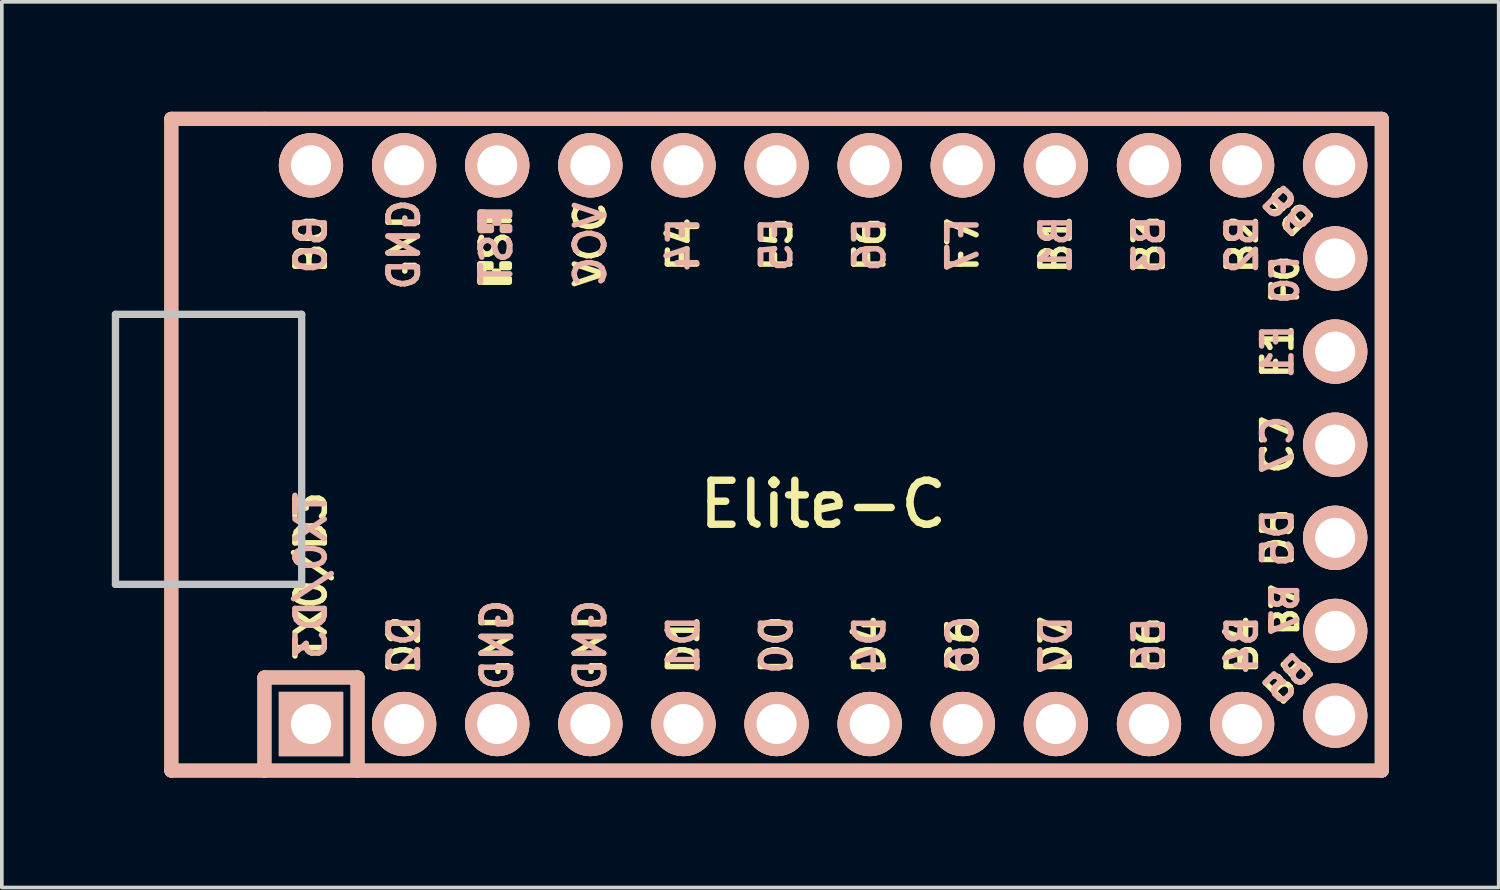
<source format=kicad_pcb>
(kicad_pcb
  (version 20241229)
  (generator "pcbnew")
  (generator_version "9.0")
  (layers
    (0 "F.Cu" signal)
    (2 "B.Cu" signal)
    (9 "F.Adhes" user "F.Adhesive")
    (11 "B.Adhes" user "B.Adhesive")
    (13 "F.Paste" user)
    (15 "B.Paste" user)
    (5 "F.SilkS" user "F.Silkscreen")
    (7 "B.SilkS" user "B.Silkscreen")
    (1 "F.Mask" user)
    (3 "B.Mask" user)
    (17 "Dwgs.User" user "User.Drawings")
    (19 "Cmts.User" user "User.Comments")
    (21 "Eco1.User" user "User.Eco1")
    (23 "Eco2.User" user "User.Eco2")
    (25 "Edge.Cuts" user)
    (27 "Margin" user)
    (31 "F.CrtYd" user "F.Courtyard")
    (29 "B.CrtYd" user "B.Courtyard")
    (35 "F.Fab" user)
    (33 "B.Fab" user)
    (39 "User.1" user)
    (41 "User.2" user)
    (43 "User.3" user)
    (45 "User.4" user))
  (footprint "Elite-C"
    (layer "F.Cu")
    (at 19.404 9.081)
    (property "Reference" "Elite-C" (at 0 1.625 0) (layer "F.SilkS") (effects (font (size 1.2 1.2) (thickness 0.203))))
    (attr through_hole)
    (fp_line (start -17.78 -8.89) (end -17.78 8.89) (stroke (width 0.381) (type solid)) (layer "F.SilkS"))
    (fp_line (start -17.78 8.89) (end -15.24 8.89) (stroke (width 0.381) (type solid)) (layer "F.SilkS"))
    (fp_line (start -15.24 -8.89) (end -17.78 -8.89) (stroke (width 0.381) (type solid)) (layer "F.SilkS"))
    (fp_line (start -15.24 6.35) (end -15.24 8.89) (stroke (width 0.381) (type solid)) (layer "F.SilkS"))
    (fp_line (start -15.24 6.35) (end -12.7 6.35) (stroke (width 0.381) (type solid)) (layer "F.SilkS"))
    (fp_line (start -15.24 8.89) (end 15.24 8.89) (stroke (width 0.381) (type solid)) (layer "F.SilkS"))
    (fp_line (start -12.7 6.35) (end -12.7 8.89) (stroke (width 0.381) (type solid)) (layer "F.SilkS"))
    (fp_line (start 15.24 -8.89) (end -15.24 -8.89) (stroke (width 0.381) (type solid)) (layer "F.SilkS"))
    (fp_line (start 15.24 8.89) (end 15.24 -8.89) (stroke (width 0.381) (type solid)) (layer "F.SilkS"))
    (fp_poly (pts (xy -9.361 -4.932) (xy -9.261 -4.932) (xy -9.261 -4.432) (xy -9.361 -4.432)) (stroke (width 0.15) (type solid)) (fill yes) (layer "F.SilkS"))
    (fp_poly (pts (xy -9.361 -4.932) (xy -9.061 -4.932) (xy -9.061 -4.832) (xy -9.361 -4.832)) (stroke (width 0.15) (type solid)) (fill yes) (layer "F.SilkS"))
    (fp_poly (pts (xy -9.361 -4.532) (xy -8.561 -4.532) (xy -8.561 -4.432) (xy -9.361 -4.432)) (stroke (width 0.15) (type solid)) (fill yes) (layer "F.SilkS"))
    (fp_poly (pts (xy -8.961 -4.732) (xy -8.861 -4.732) (xy -8.861 -4.632) (xy -8.961 -4.632)) (stroke (width 0.15) (type solid)) (fill yes) (layer "F.SilkS"))
    (fp_poly (pts (xy -8.761 -4.932) (xy -8.561 -4.932) (xy -8.561 -4.832) (xy -8.761 -4.832)) (stroke (width 0.15) (type solid)) (fill yes) (layer "F.SilkS"))
    (fp_line (start -17.78 -8.89) (end -17.78 8.89) (stroke (width 0.381) (type solid)) (layer "B.SilkS"))
    (fp_line (start -17.78 8.89) (end 15.24 8.89) (stroke (width 0.381) (type solid)) (layer "B.SilkS"))
    (fp_line (start -15.24 6.35) (end -15.24 8.89) (stroke (width 0.381) (type solid)) (layer "B.SilkS"))
    (fp_line (start -15.24 6.35) (end -12.7 6.35) (stroke (width 0.381) (type solid)) (layer "B.SilkS"))
    (fp_line (start -12.7 6.35) (end -12.7 8.89) (stroke (width 0.381) (type solid)) (layer "B.SilkS"))
    (fp_line (start 15.24 -8.89) (end -17.78 -8.89) (stroke (width 0.381) (type solid)) (layer "B.SilkS"))
    (fp_line (start 15.24 8.89) (end 15.24 -8.89) (stroke (width 0.381) (type solid)) (layer "B.SilkS"))
    (fp_poly (pts (xy -9.351 -6.245) (xy -8.551 -6.245) (xy -8.551 -6.345) (xy -9.351 -6.345)) (stroke (width 0.15) (type solid)) (fill yes) (layer "B.SilkS"))
    (fp_poly (pts (xy -9.351 -5.845) (xy -9.251 -5.845) (xy -9.251 -6.345) (xy -9.351 -6.345)) (stroke (width 0.15) (type solid)) (fill yes) (layer "B.SilkS"))
    (fp_poly (pts (xy -9.351 -5.845) (xy -9.051 -5.845) (xy -9.051 -5.945) (xy -9.351 -5.945)) (stroke (width 0.15) (type solid)) (fill yes) (layer "B.SilkS"))
    (fp_poly (pts (xy -8.951 -6.045) (xy -8.851 -6.045) (xy -8.851 -6.145) (xy -8.951 -6.145)) (stroke (width 0.15) (type solid)) (fill yes) (layer "B.SilkS"))
    (fp_poly (pts (xy -8.751 -5.845) (xy -8.551 -5.845) (xy -8.551 -5.945) (xy -8.751 -5.945)) (stroke (width 0.15) (type solid)) (fill yes) (layer "B.SilkS"))
    (fp_line (start -19.304 -3.556) (end -14.224 -3.556) (stroke (width 0.2) (type solid)) (layer "Dwgs.User"))
    (fp_line (start -19.304 3.81) (end -19.304 -3.556) (stroke (width 0.2) (type solid)) (layer "Dwgs.User"))
    (fp_line (start -14.224 -3.556) (end -14.224 3.81) (stroke (width 0.2) (type solid)) (layer "Dwgs.User"))
    (fp_line (start -14.224 3.81) (end -19.304 3.81) (stroke (width 0.2) (type solid)) (layer "Dwgs.User"))
    (fp_text user "B7" (at 12.6 4.5 90) (layer "F.SilkS") (effects (font (size 0.7 0.7) (thickness 0.15))))
    (fp_text user "F1" (at 12.4 -2.54 90) (layer "F.SilkS") (effects (font (size 0.8 0.8) (thickness 0.15))))
    (fp_text user "D5" (at 12.4 2.54 90) (layer "F.SilkS") (effects (font (size 0.8 0.8) (thickness 0.15))))
    (fp_text user "C7" (at 12.4 0 90) (layer "F.SilkS") (effects (font (size 0.8 0.8) (thickness 0.15))))
    (fp_text user "GND" (at -11.43 -5.461 90) (layer "F.SilkS") (effects (font (size 0.8 0.8) (thickness 0.15))))
    (fp_text user "TX0/D3" (at -13.97 3.572 90) (layer "F.SilkS") (effects (font (size 0.8 0.8) (thickness 0.15))))
    (fp_text user "B0" (at -13.97 -5.461 90) (layer "F.SilkS") (effects (font (size 0.8 0.8) (thickness 0.15))))
    (fp_text user "D7" (at 6.35 5.461 90) (layer "F.SilkS") (effects (font (size 0.8 0.8) (thickness 0.15))))
    (fp_text user "F7" (at 3.81 -5.461 90) (layer "F.SilkS") (effects (font (size 0.8 0.8) (thickness 0.15))))
    (fp_text user "C6" (at 3.81 5.461 90) (layer "F.SilkS") (effects (font (size 0.8 0.8) (thickness 0.15))))
    (fp_text user "F6" (at 1.27 -5.461 90) (layer "F.SilkS") (effects (font (size 0.8 0.8) (thickness 0.15))))
    (fp_text user "D4" (at 1.27 5.461 90) (layer "F.SilkS") (effects (font (size 0.8 0.8) (thickness 0.15))))
    (fp_text user "D2" (at -11.43 5.461 90) (layer "F.SilkS") (effects (font (size 0.8 0.8) (thickness 0.15))))
    (fp_text user "B4" (at 11.43 5.461 90) (layer "F.SilkS") (effects (font (size 0.8 0.8) (thickness 0.15))))
    (fp_text user "F5" (at -1.27 -5.461 90) (layer "F.SilkS") (effects (font (size 0.8 0.8) (thickness 0.15))))
    (fp_text user "E6" (at 8.89 5.461 90) (layer "F.SilkS") (effects (font (size 0.8 0.8) (thickness 0.15))))
    (fp_text user "F4" (at -3.81 -5.461 90) (layer "F.SilkS") (effects (font (size 0.8 0.8) (thickness 0.15))))
    (fp_text user "B6" (at 12.7 -6.4 135) (unlocked yes) (layer "F.SilkS") (effects (font (size 0.7 0.7) (thickness 0.15))))
    (fp_text user "VCC" (at -6.35 -5.461 90) (layer "F.SilkS") (effects (font (size 0.8 0.8) (thickness 0.15))))
    (fp_text user "F0" (at 12.6 -4.5 90) (layer "F.SilkS") (effects (font (size 0.7 0.7) (thickness 0.15))))
    (fp_text user "ST" (at -8.92 -5.733 90) (layer "F.SilkS") (effects (font (size 0.8 0.8) (thickness 0.15))))
    (fp_text user "B1" (at 6.35 -5.461 90) (layer "F.SilkS") (effects (font (size 0.8 0.8) (thickness 0.15))))
    (fp_text user "B5" (at 12.7 6.4 45) (layer "F.SilkS") (effects (font (size 0.7 0.7) (thickness 0.15))))
    (fp_text user "B2" (at 11.43 -5.461 90) (layer "F.SilkS") (effects (font (size 0.8 0.8) (thickness 0.15))))
    (fp_text user "D0" (at -1.27 5.461 90) (layer "F.SilkS") (effects (font (size 0.8 0.8) (thickness 0.15))))
    (fp_text user "B3" (at 8.89 -5.461 90) (layer "F.SilkS") (effects (font (size 0.8 0.8) (thickness 0.15))))
    (fp_text user "GND" (at -6.35 5.461 90) (layer "F.SilkS") (effects (font (size 0.8 0.8) (thickness 0.15))))
    (fp_text user "GND" (at -8.89 5.461 90) (layer "F.SilkS") (effects (font (size 0.8 0.8) (thickness 0.15))))
    (fp_text user "D1" (at -3.81 5.461 90) (layer "F.SilkS") (effects (font (size 0.8 0.8) (thickness 0.15))))
    (fp_text user "E6" (at 8.89 5.461 90) (layer "B.SilkS") (effects (font (size 0.8 0.8) (thickness 0.15)) (justify mirror)))
    (fp_text user "C7" (at 12.4 0 90) (layer "B.SilkS") (effects (font (size 0.8 0.8) (thickness 0.15)) (justify mirror)))
    (fp_text user "F6" (at 1.27 -5.461 90) (layer "B.SilkS") (effects (font (size 0.8 0.8) (thickness 0.15)) (justify mirror)))
    (fp_text user "VCC" (at -6.35 -5.461 90) (layer "B.SilkS") (effects (font (size 0.8 0.8) (thickness 0.15)) (justify mirror)))
    (fp_text user "GND" (at -8.89 5.461 90) (layer "B.SilkS") (effects (font (size 0.8 0.8) (thickness 0.15)) (justify mirror)))
    (fp_text user "GND" (at -11.43 -5.461 90) (layer "B.SilkS") (effects (font (size 0.8 0.8) (thickness 0.15)) (justify mirror)))
    (fp_text user "D2" (at -11.43 5.461 90) (layer "B.SilkS") (effects (font (size 0.8 0.8) (thickness 0.15)) (justify mirror)))
    (fp_text user "D5" (at 12.4 2.54 90) (layer "B.SilkS") (effects (font (size 0.8 0.8) (thickness 0.15)) (justify mirror)))
    (fp_text user "B6" (at 12.7 -6.4 135) (unlocked yes) (layer "B.SilkS") (effects (font (size 0.7 0.7) (thickness 0.15)) (justify mirror)))
    (fp_text user "B4" (at 11.43 5.461 90) (layer "B.SilkS") (effects (font (size 0.8 0.8) (thickness 0.15)) (justify mirror)))
    (fp_text user "B2" (at 11.43 -5.461 90) (layer "B.SilkS") (effects (font (size 0.8 0.8) (thickness 0.15)) (justify mirror)))
    (fp_text user "B1" (at 6.35 -5.461 90) (layer "B.SilkS") (effects (font (size 0.8 0.8) (thickness 0.15)) (justify mirror)))
    (fp_text user "F7" (at 3.81 -5.461 90) (layer "B.SilkS") (effects (font (size 0.8 0.8) (thickness 0.15)) (justify mirror)))
    (fp_text user "F1" (at 12.4 -2.54 90) (layer "B.SilkS") (effects (font (size 0.8 0.8) (thickness 0.15)) (justify mirror)))
    (fp_text user "GND" (at -6.35 5.461 90) (layer "B.SilkS") (effects (font (size 0.8 0.8) (thickness 0.15)) (justify mirror)))
    (fp_text user "F0" (at 12.6 -4.5 90) (layer "B.SilkS") (effects (font (size 0.7 0.7) (thickness 0.15)) (justify mirror)))
    (fp_text user "F5" (at -1.27 -5.461 90) (layer "B.SilkS") (effects (font (size 0.8 0.8) (thickness 0.15)) (justify mirror)))
    (fp_text user "B7" (at 12.6 4.5 90) (layer "B.SilkS") (effects (font (size 0.7 0.7) (thickness 0.15)) (justify mirror)))
    (fp_text user "D0" (at -1.27 5.461 90) (layer "B.SilkS") (effects (font (size 0.8 0.8) (thickness 0.15)) (justify mirror)))
    (fp_text user "D7" (at 6.35 5.461 90) (layer "B.SilkS") (effects (font (size 0.8 0.8) (thickness 0.15)) (justify mirror)))
    (fp_text user "B5" (at 12.7 6.4 45) (layer "B.SilkS") (effects (font (size 0.7 0.7) (thickness 0.15)) (justify mirror)))
    (fp_text user "D4" (at 1.27 5.461 90) (layer "B.SilkS") (effects (font (size 0.8 0.8) (thickness 0.15)) (justify mirror)))
    (fp_text user "D1" (at -3.81 5.461 90) (layer "B.SilkS") (effects (font (size 0.8 0.8) (thickness 0.15)) (justify mirror)))
    (fp_text user "B3" (at 8.89 -5.461 90) (layer "B.SilkS") (effects (font (size 0.8 0.8) (thickness 0.15)) (justify mirror)))
    (fp_text user "TX0/D3" (at -13.97 3.572 90) (layer "B.SilkS") (effects (font (size 0.8 0.8) (thickness 0.15)) (justify mirror)))
    (fp_text user "C6" (at 3.81 5.461 90) (layer "B.SilkS") (effects (font (size 0.8 0.8) (thickness 0.15)) (justify mirror)))
    (fp_text user "F4" (at -3.81 -5.461 90) (layer "B.SilkS") (effects (font (size 0.8 0.8) (thickness 0.15)) (justify mirror)))
    (fp_text user "B0" (at -13.97 -5.461 90) (layer "B.SilkS") (effects (font (size 0.8 0.8) (thickness 0.15)) (justify mirror)))
    (fp_text user "ST" (at -8.91 -5.04 90) (layer "B.SilkS") (effects (font (size 0.8 0.8) (thickness 0.15)) (justify mirror)))
    (pad "1" thru_hole rect (at -13.97 7.62) (size 1.753 1.753) (drill 1.092) (layers "*.Cu" "*.SilkS" "*.Mask"))
    (pad "2" thru_hole circle (at -11.43 7.62) (size 1.753 1.753) (drill 1.092) (layers "*.Cu" "*.SilkS" "*.Mask"))
    (pad "3" thru_hole circle (at -8.89 7.62) (size 1.753 1.753) (drill 1.092) (layers "*.Cu" "*.SilkS" "*.Mask"))
    (pad "4" thru_hole circle (at -6.35 7.62) (size 1.753 1.753) (drill 1.092) (layers "*.Cu" "*.SilkS" "*.Mask"))
    (pad "5" thru_hole circle (at -3.81 7.62) (size 1.753 1.753) (drill 1.092) (layers "*.Cu" "*.SilkS" "*.Mask"))
    (pad "6" thru_hole circle (at -1.27 7.62) (size 1.753 1.753) (drill 1.092) (layers "*.Cu" "*.SilkS" "*.Mask"))
    (pad "7" thru_hole circle (at 1.27 7.62) (size 1.753 1.753) (drill 1.092) (layers "*.Cu" "*.SilkS" "*.Mask"))
    (pad "8" thru_hole circle (at 3.81 7.62) (size 1.753 1.753) (drill 1.092) (layers "*.Cu" "*.SilkS" "*.Mask"))
    (pad "9" thru_hole circle (at 6.35 7.62) (size 1.753 1.753) (drill 1.092) (layers "*.Cu" "*.SilkS" "*.Mask"))
    (pad "10" thru_hole circle (at 8.89 7.62) (size 1.753 1.753) (drill 1.092) (layers "*.Cu" "*.SilkS" "*.Mask"))
    (pad "11" thru_hole circle (at 11.43 7.62) (size 1.753 1.753) (drill 1.092) (layers "*.Cu" "*.SilkS" "*.Mask"))
    (pad "12" thru_hole circle (at 13.97 7.391) (size 1.753 1.753) (drill 1.092) (layers "*.Cu" "*.SilkS" "*.Mask"))
    (pad "13" thru_hole circle (at 13.97 -7.62) (size 1.753 1.753) (drill 1.092) (layers "*.Cu" "*.SilkS" "*.Mask"))
    (pad "14" thru_hole circle (at 11.43 -7.62) (size 1.753 1.753) (drill 1.092) (layers "*.Cu" "*.SilkS" "*.Mask"))
    (pad "15" thru_hole circle (at 8.89 -7.62) (size 1.753 1.753) (drill 1.092) (layers "*.Cu" "*.SilkS" "*.Mask"))
    (pad "16" thru_hole circle (at 6.35 -7.62) (size 1.753 1.753) (drill 1.092) (layers "*.Cu" "*.SilkS" "*.Mask"))
    (pad "17" thru_hole circle (at 3.81 -7.62) (size 1.753 1.753) (drill 1.092) (layers "*.Cu" "*.SilkS" "*.Mask"))
    (pad "18" thru_hole circle (at 1.27 -7.62) (size 1.753 1.753) (drill 1.092) (layers "*.Cu" "*.SilkS" "*.Mask"))
    (pad "19" thru_hole circle (at -1.27 -7.62) (size 1.753 1.753) (drill 1.092) (layers "*.Cu" "*.SilkS" "*.Mask"))
    (pad "20" thru_hole circle (at -3.81 -7.62) (size 1.753 1.753) (drill 1.092) (layers "*.Cu" "*.SilkS" "*.Mask"))
    (pad "21" thru_hole circle (at -6.35 -7.62) (size 1.753 1.753) (drill 1.092) (layers "*.Cu" "*.SilkS" "*.Mask"))
    (pad "22" thru_hole circle (at -8.89 -7.62) (size 1.753 1.753) (drill 1.092) (layers "*.Cu" "*.SilkS" "*.Mask"))
    (pad "23" thru_hole circle (at -11.43 -7.62) (size 1.753 1.753) (drill 1.092) (layers "*.Cu" "*.SilkS" "*.Mask"))
    (pad "24" thru_hole circle (at -13.97 -7.62) (size 1.753 1.753) (drill 1.092) (layers "*.Cu" "*.SilkS" "*.Mask"))
    (pad "25" thru_hole circle (at 13.97 5.08) (size 1.753 1.753) (drill 1.092) (layers "*.Cu" "*.SilkS" "*.Mask"))
    (pad "26" thru_hole circle (at 13.97 2.54) (size 1.753 1.753) (drill 1.092) (layers "*.Cu" "*.SilkS" "*.Mask"))
    (pad "27" thru_hole circle (at 13.97 0) (size 1.753 1.753) (drill 1.092) (layers "*.Cu" "*.SilkS" "*.Mask"))
    (pad "28" thru_hole circle (at 13.97 -2.54) (size 1.753 1.753) (drill 1.092) (layers "*.Cu" "*.SilkS" "*.Mask"))
    (pad "29" thru_hole circle (at 13.97 -5.08) (size 1.753 1.753) (drill 1.092) (layers "*.Cu" "*.SilkS" "*.Mask")))
  (gr_rect
    (start -3 -3)
    (end 37.834 21.161)
    (stroke (width 0.1) (type default))
    (fill no)
    (layer "Edge.Cuts")))
</source>
